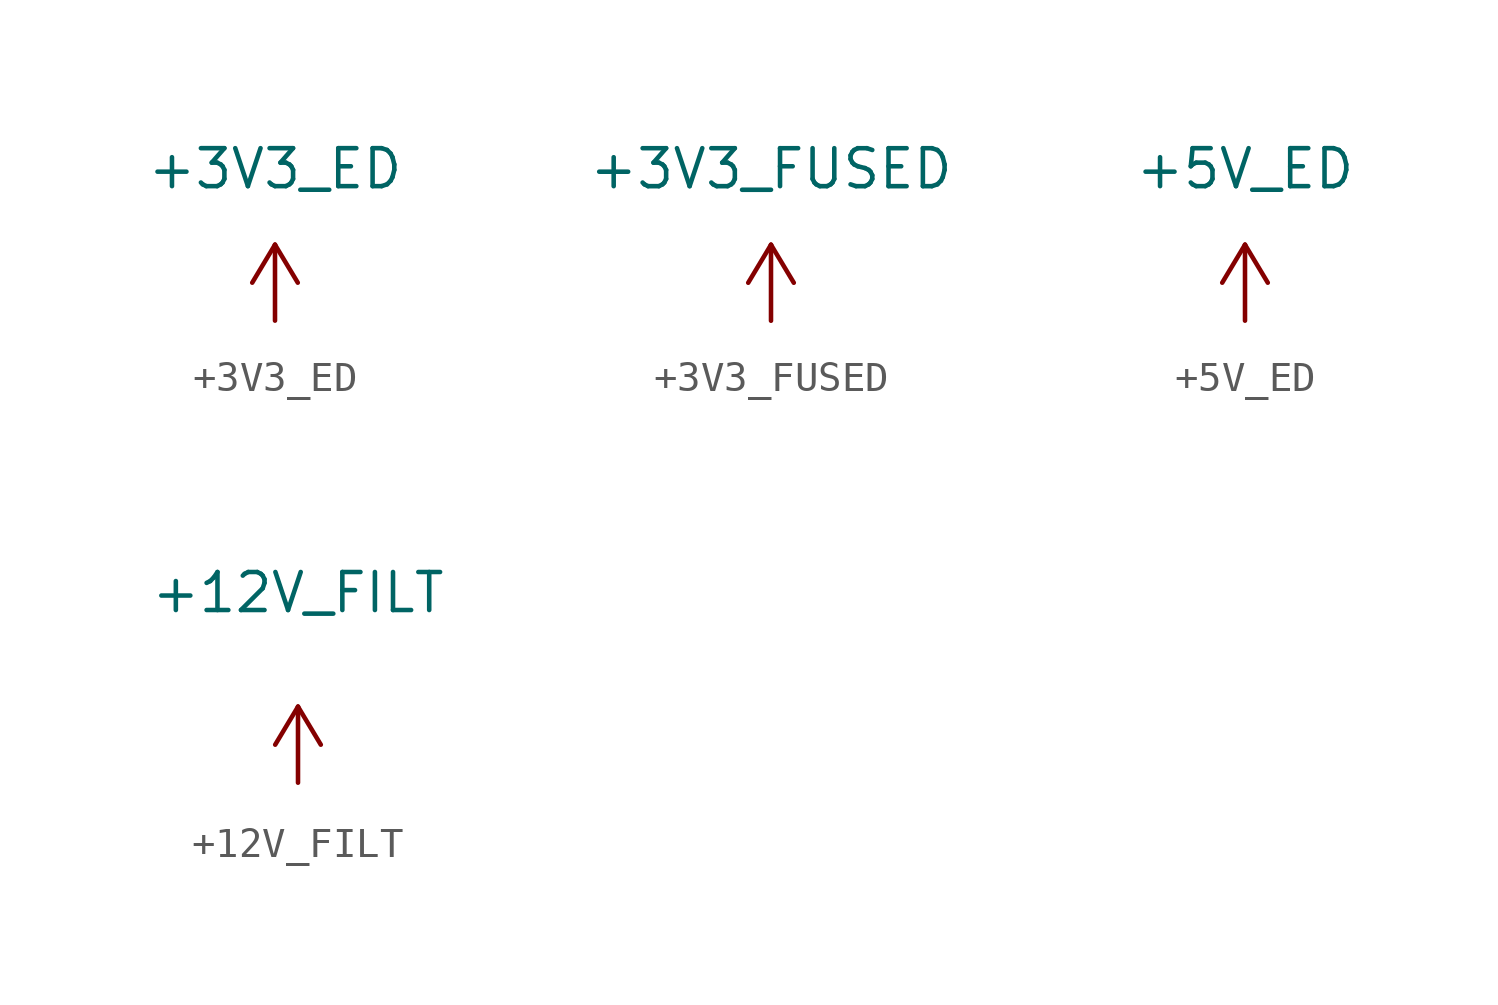
<source format=kicad_sym>
(kicad_symbol_lib
  (version 20211014)
  (generator kicad_symbol_editor)
  (symbol "+3V3_ED"
    (power)
    (property "Reference" "#PWR"
      (at 0 -2.54 0)
      (effects (font (size 1.27 1.27)) hide))
    (property "Value" "+3V3_ED"
      (at 0 5.08 0)
      (effects (font (size 1.27 1.27))))
    (symbol "+3V3_ED_0_1"
      (polyline (pts (xy -0.762 1.27) (xy 0 2.54)) (stroke (width 0) (type default) (color 0 0 0 0)) (fill (type none)))
      (polyline (pts (xy 0 0) (xy 0 2.54)) (stroke (width 0) (type default) (color 0 0 0 0)) (fill (type none)))
      (polyline (pts (xy 0 2.54) (xy 0.762 1.27)) (stroke (width 0) (type default) (color 0 0 0 0)) (fill (type none))))
    (symbol "+3V3_ED_1_1"
      (pin power_in line (at 0 0 90) (length 0) hide (name "+3V3_ED" (effects (font (size 1.27 1.27)))) (number "1" (effects (font (size 1.27 1.27)))))))
  (symbol "+3V3_FUSED"
    (power)
    (property "Reference" "#PWR"
      (at 0 -7.62 0)
      (effects (font (size 1.27 1.27)) hide))
    (property "Value" "+3V3_FUSED"
      (at 0 5.08 0)
      (effects (font (size 1.27 1.27))))
    (symbol "+3V3_FUSED_0_1"
      (polyline (pts (xy -0.762 1.27) (xy 0 2.54)) (stroke (width 0) (type default) (color 0 0 0 0)) (fill (type none)))
      (polyline (pts (xy 0 0) (xy 0 2.54)) (stroke (width 0) (type default) (color 0 0 0 0)) (fill (type none)))
      (polyline (pts (xy 0 2.54) (xy 0.762 1.27)) (stroke (width 0) (type default) (color 0 0 0 0)) (fill (type none))))
    (symbol "+3V3_FUSED_1_1"
      (pin power_in line (at 0 0 90) (length 0) hide (name "+3V3_FUSED" (effects (font (size 1.27 1.27)))) (number "1" (effects (font (size 1.27 1.27)))))))
  (symbol "+5V_ED"
    (power)
    (property "Reference" "#PWR"
      (at -0.254 -1.778 0)
      (effects (font (size 1.27 1.27)) hide))
    (property "Value" "+5V_ED"
      (at 0 5.08 0)
      (effects (font (size 1.27 1.27))))
    (symbol "+5V_ED_0_1"
      (polyline (pts (xy -0.762 1.27) (xy 0 2.54)) (stroke (width 0) (type default) (color 0 0 0 0)) (fill (type none)))
      (polyline (pts (xy 0 0) (xy 0 2.54)) (stroke (width 0) (type default) (color 0 0 0 0)) (fill (type none)))
      (polyline (pts (xy 0 2.54) (xy 0.762 1.27)) (stroke (width 0) (type default) (color 0 0 0 0)) (fill (type none))))
    (symbol "+5V_ED_1_1"
      (pin power_in line (at 0 0 90) (length 0) hide (name "+5V_ED" (effects (font (size 1.27 1.27)))) (number "1" (effects (font (size 1.27 1.27)))))))
  (symbol "+12V_FILT"
    (power)
    (property "Reference" "#PWR"
      (at 0 -5.08 0)
      (effects (font (size 1.27 1.27)) hide))
    (property "Value" "+12V_FILT"
      (at 0 6.35 0)
      (effects (font (size 1.27 1.27))))
    (symbol "+12V_FILT_0_1"
      (polyline (pts (xy -0.762 1.27) (xy 0 2.54)) (stroke (width 0) (type default) (color 0 0 0 0)) (fill (type none)))
      (polyline (pts (xy 0 0) (xy 0 2.54)) (stroke (width 0) (type default) (color 0 0 0 0)) (fill (type none)))
      (polyline (pts (xy 0 2.54) (xy 0.762 1.27)) (stroke (width 0) (type default) (color 0 0 0 0)) (fill (type none))))
    (symbol "+12V_FILT_1_1"
      (pin power_in line (at 0 0 90) (length 0) hide (name "+12V_FILT" (effects (font (size 1.27 1.27)))) (number "1" (effects (font (size 1.27 1.27))))))))
</source>
